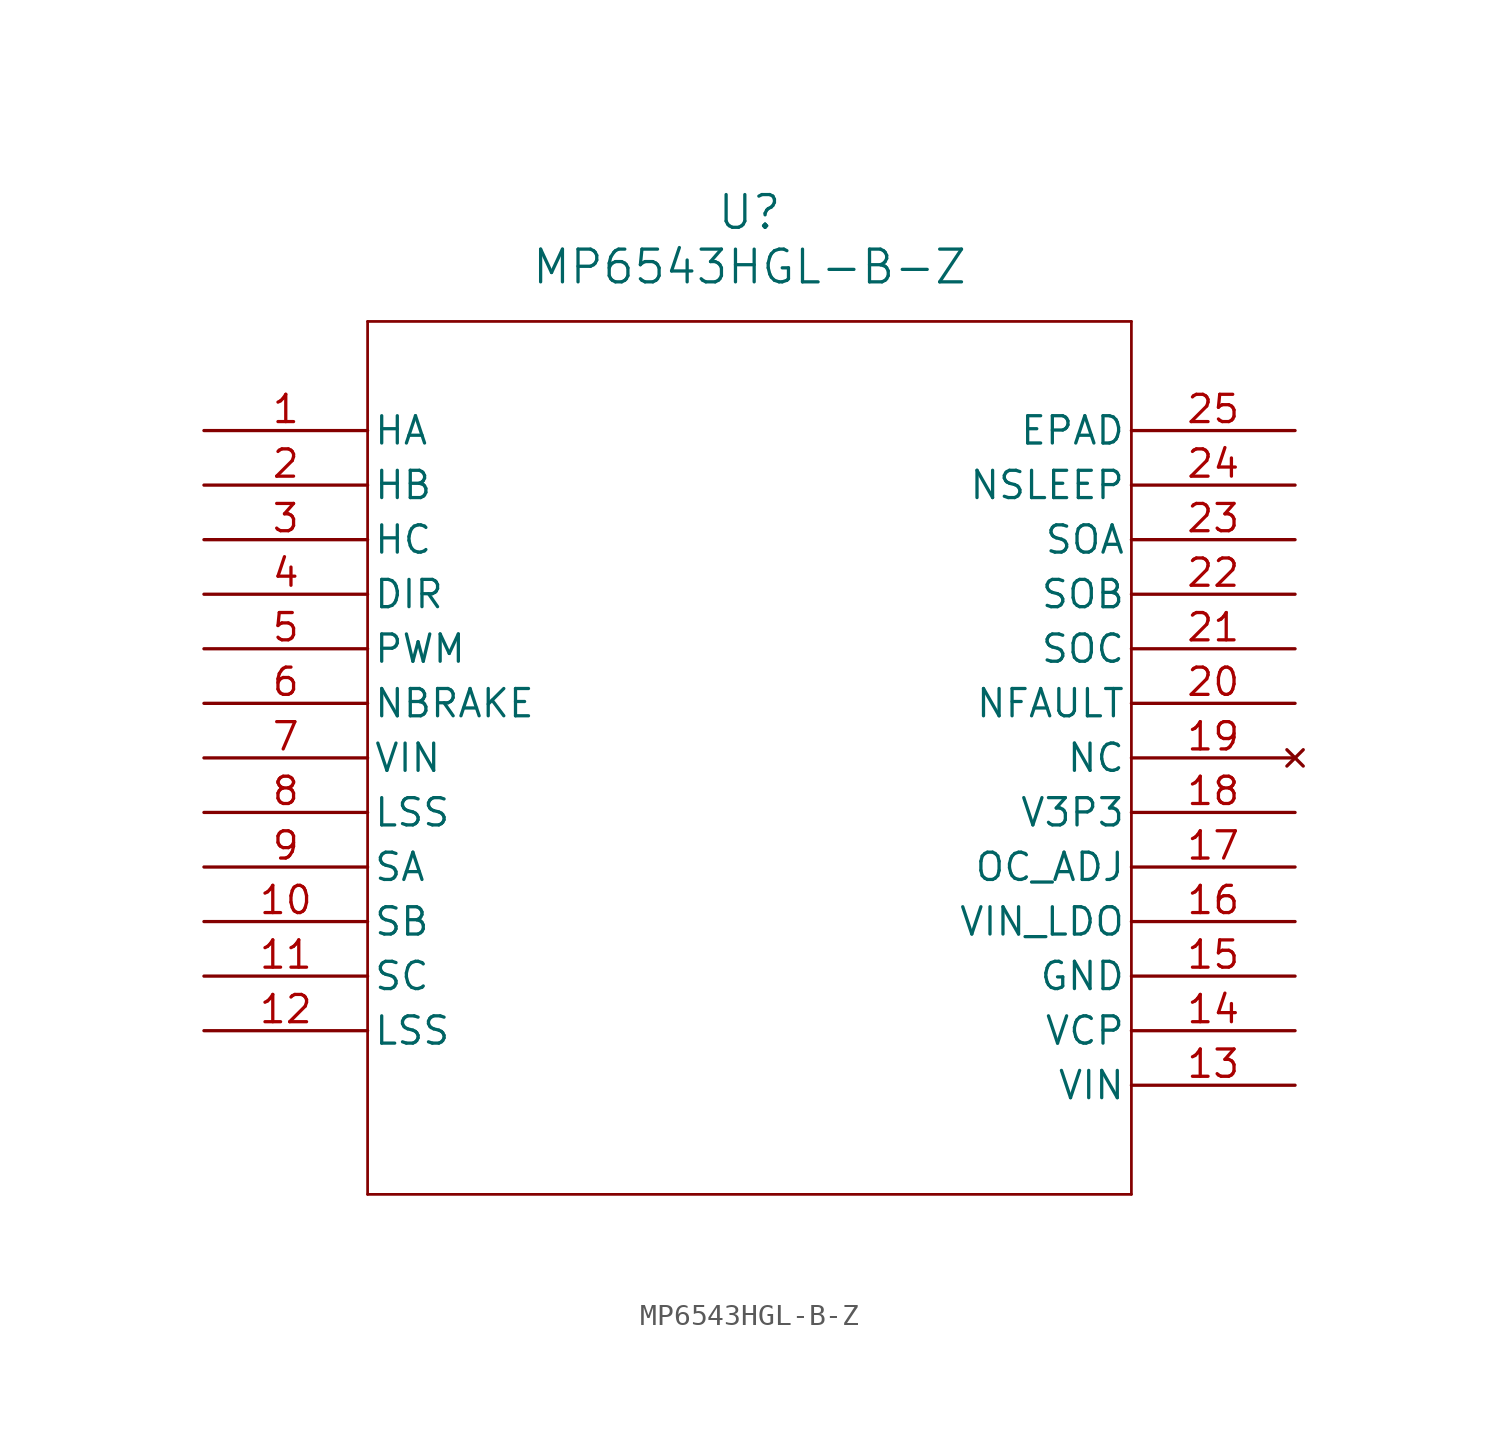
<source format=kicad_sym>
(kicad_symbol_lib
  (version 20211014)
  (generator kicad_symbol_editor)
  (symbol "MP6543HGL-B-Z"
    (pin_names
      (offset 0.254))
    (property "Reference" "U"
      (at 25.4 10.16 0)
      (effects (font (size 1.524 1.524))))
    (property "Value" "MP6543HGL-B-Z"
      (at 25.4 7.62 0)
      (effects (font (size 1.524 1.524))))
    (symbol "MP6543HGL-B-Z_0_1"
      (polyline (pts (xy 7.62 5.08) (xy 7.62 -35.56)) (stroke (width 0.127) (type default) (color 0 0 0 0)) (fill (type none)))
      (polyline (pts (xy 7.62 -35.56) (xy 43.18 -35.56)) (stroke (width 0.127) (type default) (color 0 0 0 0)) (fill (type none)))
      (polyline (pts (xy 43.18 -35.56) (xy 43.18 5.08)) (stroke (width 0.127) (type default) (color 0 0 0 0)) (fill (type none)))
      (polyline (pts (xy 43.18 5.08) (xy 7.62 5.08)) (stroke (width 0.127) (type default) (color 0 0 0 0)) (fill (type none)))
      (pin input line (at 0 0 0) (length 7.62) (name "HA" (effects (font (size 1.27 1.27)))) (number "1" (effects (font (size 1.27 1.27)))))
      (pin input line (at 0 -2.54 0) (length 7.62) (name "HB" (effects (font (size 1.27 1.27)))) (number "2" (effects (font (size 1.27 1.27)))))
      (pin input line (at 0 -5.08 0) (length 7.62) (name "HC" (effects (font (size 1.27 1.27)))) (number "3" (effects (font (size 1.27 1.27)))))
      (pin input line (at 0 -7.62 0) (length 7.62) (name "DIR" (effects (font (size 1.27 1.27)))) (number "4" (effects (font (size 1.27 1.27)))))
      (pin unspecified line (at 0 -10.16 0) (length 7.62) (name "PWM" (effects (font (size 1.27 1.27)))) (number "5" (effects (font (size 1.27 1.27)))))
      (pin input line (at 0 -12.7 0) (length 7.62) (name "NBRAKE" (effects (font (size 1.27 1.27)))) (number "6" (effects (font (size 1.27 1.27)))))
      (pin power_in line (at 0 -15.24 0) (length 7.62) (name "VIN" (effects (font (size 1.27 1.27)))) (number "7" (effects (font (size 1.27 1.27)))))
      (pin unspecified line (at 0 -17.78 0) (length 7.62) (name "LSS" (effects (font (size 1.27 1.27)))) (number "8" (effects (font (size 1.27 1.27)))))
      (pin output line (at 0 -20.32 0) (length 7.62) (name "SA" (effects (font (size 1.27 1.27)))) (number "9" (effects (font (size 1.27 1.27)))))
      (pin output line (at 0 -22.86 0) (length 7.62) (name "SB" (effects (font (size 1.27 1.27)))) (number "10" (effects (font (size 1.27 1.27)))))
      (pin output line (at 0 -25.4 0) (length 7.62) (name "SC" (effects (font (size 1.27 1.27)))) (number "11" (effects (font (size 1.27 1.27)))))
      (pin unspecified line (at 0 -27.94 0) (length 7.62) (name "LSS" (effects (font (size 1.27 1.27)))) (number "12" (effects (font (size 1.27 1.27)))))
      (pin power_in line (at 50.8 -30.48 180) (length 7.62) (name "VIN" (effects (font (size 1.27 1.27)))) (number "13" (effects (font (size 1.27 1.27)))))
      (pin output line (at 50.8 -27.94 180) (length 7.62) (name "VCP" (effects (font (size 1.27 1.27)))) (number "14" (effects (font (size 1.27 1.27)))))
      (pin power_out line (at 50.8 -25.4 180) (length 7.62) (name "GND" (effects (font (size 1.27 1.27)))) (number "15" (effects (font (size 1.27 1.27)))))
      (pin input line (at 50.8 -22.86 180) (length 7.62) (name "VIN_LDO" (effects (font (size 1.27 1.27)))) (number "16" (effects (font (size 1.27 1.27)))))
      (pin unspecified line (at 50.8 -20.32 180) (length 7.62) (name "OC_ADJ" (effects (font (size 1.27 1.27)))) (number "17" (effects (font (size 1.27 1.27)))))
      (pin power_in line (at 50.8 -17.78 180) (length 7.62) (name "V3P3" (effects (font (size 1.27 1.27)))) (number "18" (effects (font (size 1.27 1.27)))))
      (pin no_connect line (at 50.8 -15.24 180) (length 7.62) (name "NC" (effects (font (size 1.27 1.27)))) (number "19" (effects (font (size 1.27 1.27)))))
      (pin output line (at 50.8 -12.7 180) (length 7.62) (name "NFAULT" (effects (font (size 1.27 1.27)))) (number "20" (effects (font (size 1.27 1.27)))))
      (pin output line (at 50.8 -10.16 180) (length 7.62) (name "SOC" (effects (font (size 1.27 1.27)))) (number "21" (effects (font (size 1.27 1.27)))))
      (pin output line (at 50.8 -7.62 180) (length 7.62) (name "SOB" (effects (font (size 1.27 1.27)))) (number "22" (effects (font (size 1.27 1.27)))))
      (pin output line (at 50.8 -5.08 180) (length 7.62) (name "SOA" (effects (font (size 1.27 1.27)))) (number "23" (effects (font (size 1.27 1.27)))))
      (pin input line (at 50.8 -2.54 180) (length 7.62) (name "NSLEEP" (effects (font (size 1.27 1.27)))) (number "24" (effects (font (size 1.27 1.27)))))
      (pin power_out line (at 50.8 0 180) (length 7.62) (name "EPAD" (effects (font (size 1.27 1.27)))) (number "25" (effects (font (size 1.27 1.27))))))))
</source>
